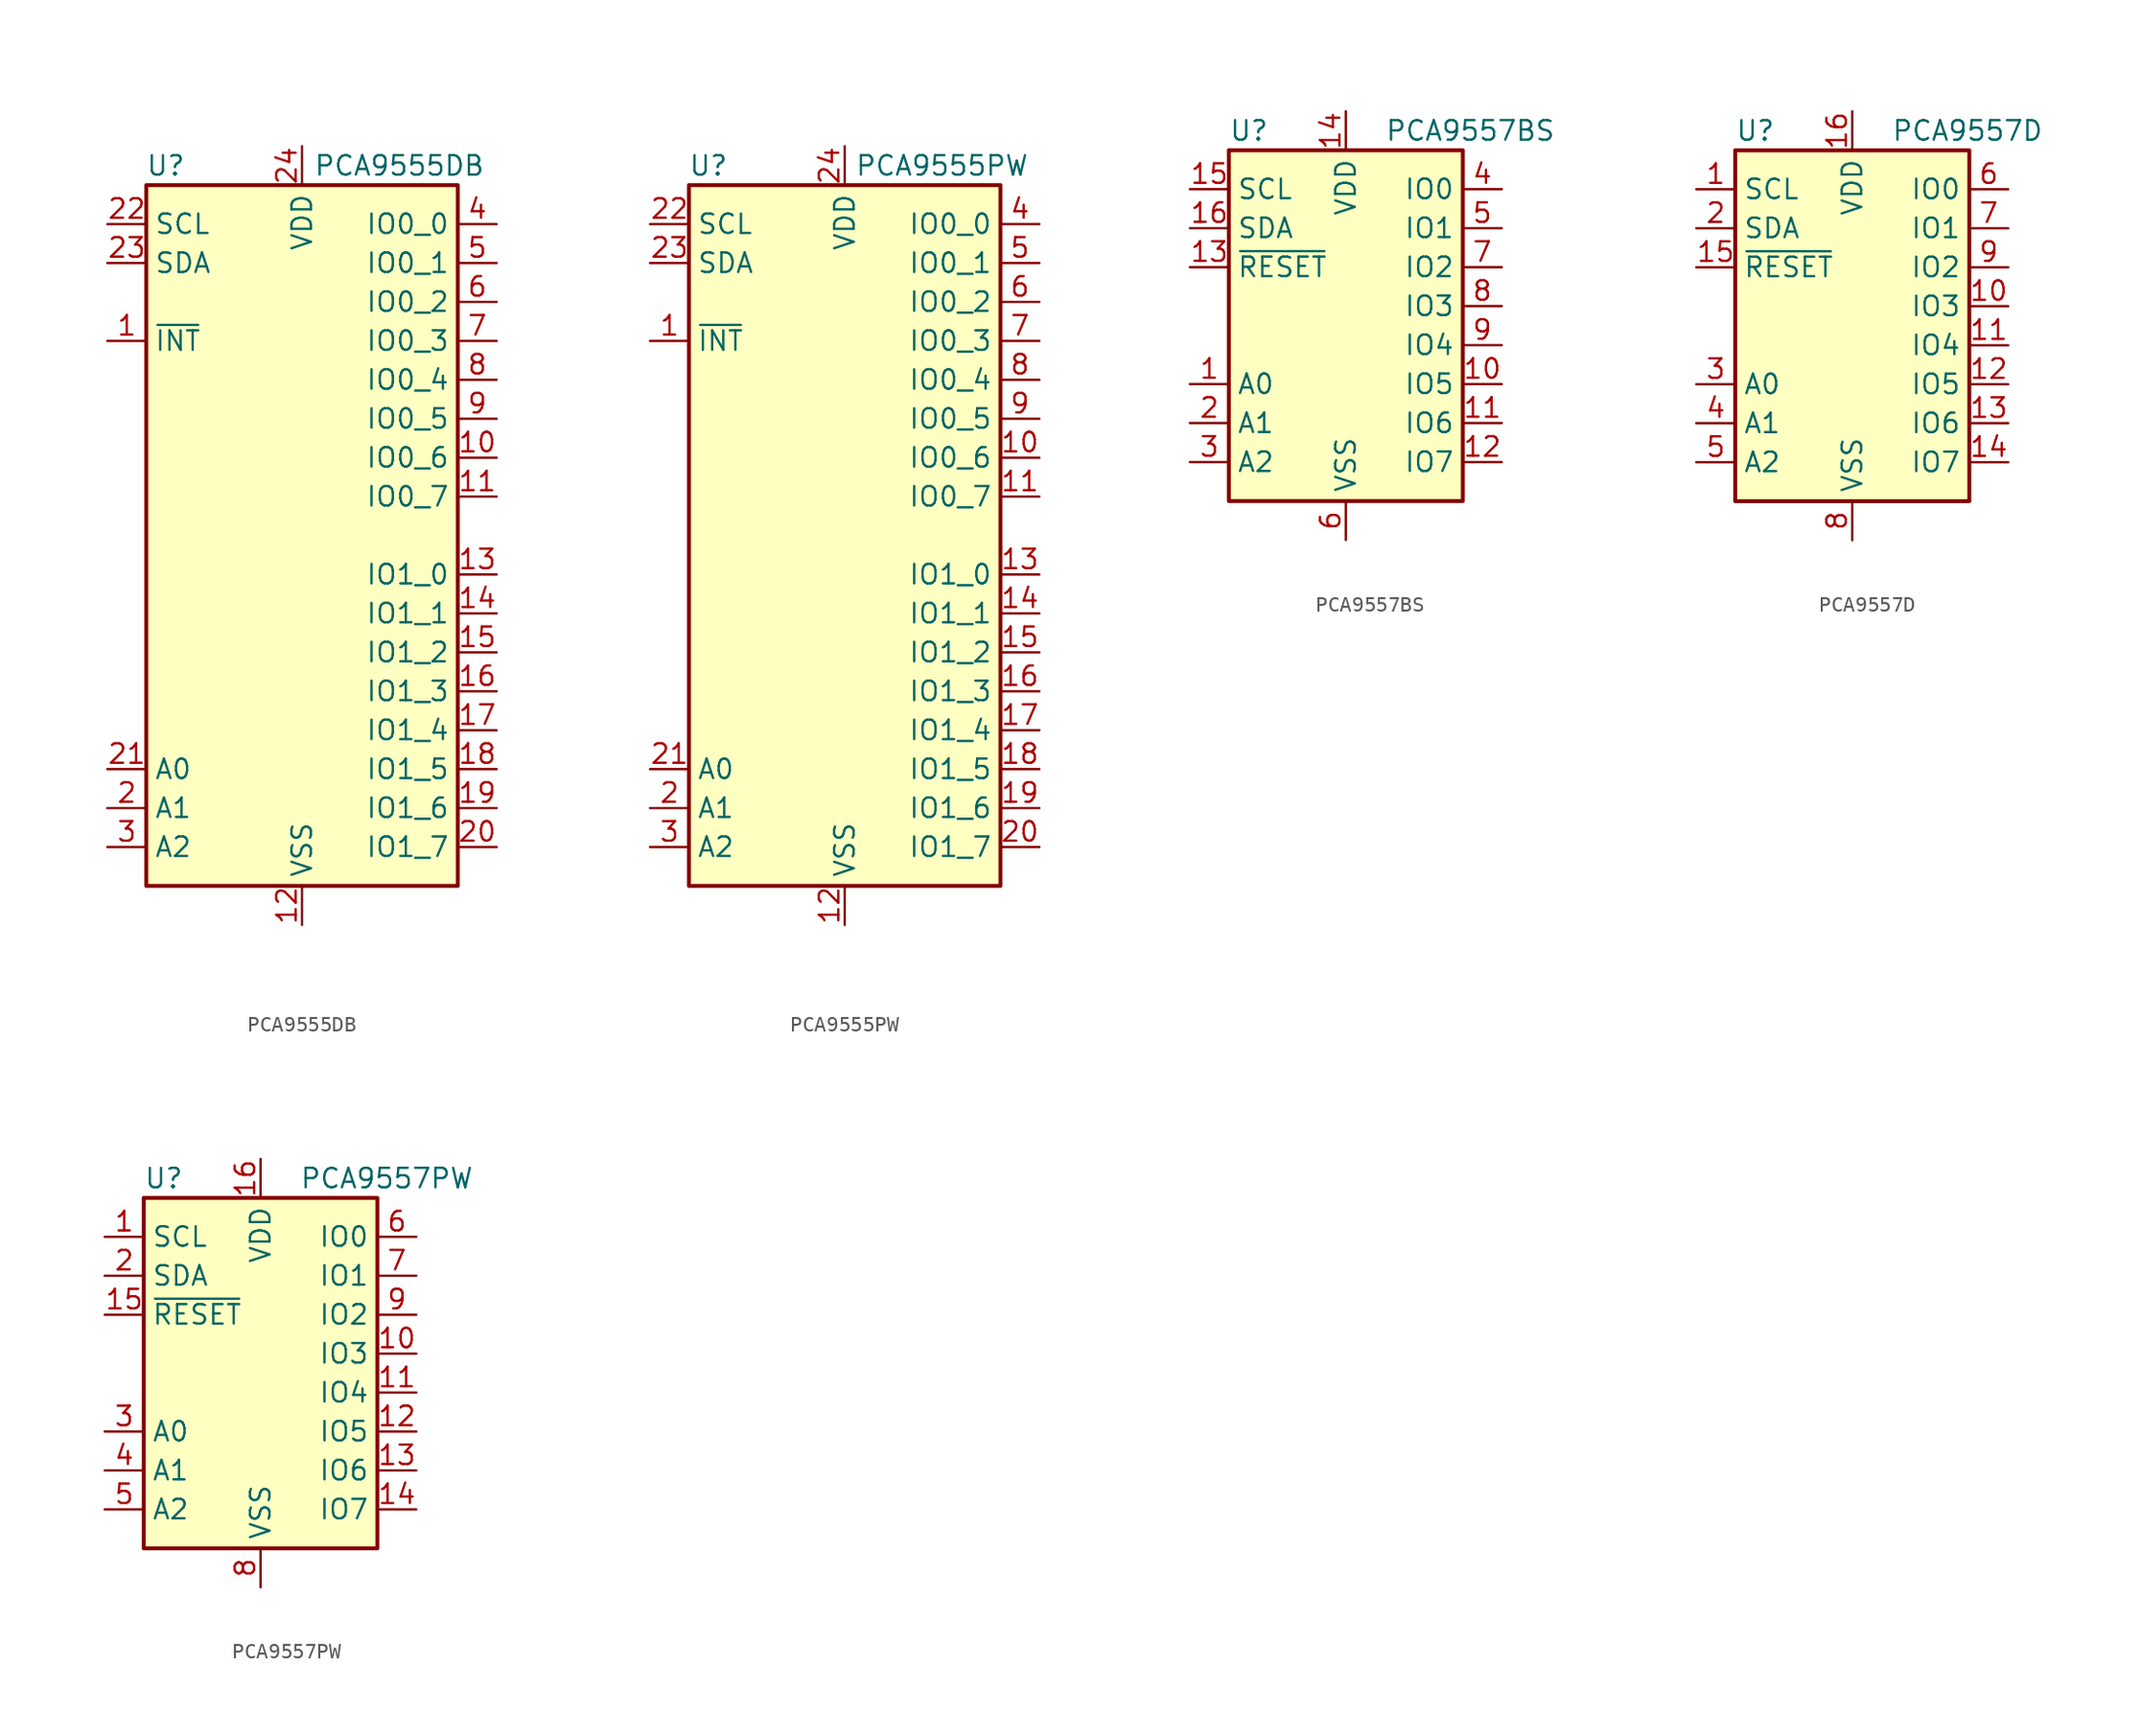
<source format=kicad_sym>
(kicad_symbol_lib
  (version 20201005)
  (generator kicad_symbol_editor)
  (symbol "PCA9555DB"
    (property "Reference" "U"
      (at -8.89 24.13 0)
      (effects (font (size 1.27 1.27))))
    (property "Value" "PCA9555DB"
      (at 6.35 24.13 0)
      (effects (font (size 1.27 1.27))))
    (symbol "PCA9555DB_0_1"
      (rectangle (start -10.16 22.86) (end 10.16 -22.86) (stroke (width 0.254)) (fill (type background))))
    (symbol "PCA9555DB_1_1"
      (pin open_collector line (at -12.7 12.7 0) (length 2.54) (name "~INT" (effects (font (size 1.27 1.27)))) (number "1" (effects (font (size 1.27 1.27)))))
      (pin bidirectional line (at 12.7 5.08 180) (length 2.54) (name "IO0_6" (effects (font (size 1.27 1.27)))) (number "10" (effects (font (size 1.27 1.27)))))
      (pin bidirectional line (at 12.7 2.54 180) (length 2.54) (name "IO0_7" (effects (font (size 1.27 1.27)))) (number "11" (effects (font (size 1.27 1.27)))))
      (pin power_in line (at 0 -25.4 90) (length 2.54) (name "VSS" (effects (font (size 1.27 1.27)))) (number "12" (effects (font (size 1.27 1.27)))))
      (pin bidirectional line (at 12.7 -2.54 180) (length 2.54) (name "IO1_0" (effects (font (size 1.27 1.27)))) (number "13" (effects (font (size 1.27 1.27)))))
      (pin bidirectional line (at 12.7 -5.08 180) (length 2.54) (name "IO1_1" (effects (font (size 1.27 1.27)))) (number "14" (effects (font (size 1.27 1.27)))))
      (pin bidirectional line (at 12.7 -7.62 180) (length 2.54) (name "IO1_2" (effects (font (size 1.27 1.27)))) (number "15" (effects (font (size 1.27 1.27)))))
      (pin bidirectional line (at 12.7 -10.16 180) (length 2.54) (name "IO1_3" (effects (font (size 1.27 1.27)))) (number "16" (effects (font (size 1.27 1.27)))))
      (pin bidirectional line (at 12.7 -12.7 180) (length 2.54) (name "IO1_4" (effects (font (size 1.27 1.27)))) (number "17" (effects (font (size 1.27 1.27)))))
      (pin bidirectional line (at 12.7 -15.24 180) (length 2.54) (name "IO1_5" (effects (font (size 1.27 1.27)))) (number "18" (effects (font (size 1.27 1.27)))))
      (pin bidirectional line (at 12.7 -17.78 180) (length 2.54) (name "IO1_6" (effects (font (size 1.27 1.27)))) (number "19" (effects (font (size 1.27 1.27)))))
      (pin input line (at -12.7 -17.78 0) (length 2.54) (name "A1" (effects (font (size 1.27 1.27)))) (number "2" (effects (font (size 1.27 1.27)))))
      (pin bidirectional line (at 12.7 -20.32 180) (length 2.54) (name "IO1_7" (effects (font (size 1.27 1.27)))) (number "20" (effects (font (size 1.27 1.27)))))
      (pin input line (at -12.7 -15.24 0) (length 2.54) (name "A0" (effects (font (size 1.27 1.27)))) (number "21" (effects (font (size 1.27 1.27)))))
      (pin input line (at -12.7 20.32 0) (length 2.54) (name "SCL" (effects (font (size 1.27 1.27)))) (number "22" (effects (font (size 1.27 1.27)))))
      (pin bidirectional line (at -12.7 17.78 0) (length 2.54) (name "SDA" (effects (font (size 1.27 1.27)))) (number "23" (effects (font (size 1.27 1.27)))))
      (pin power_in line (at 0 25.4 270) (length 2.54) (name "VDD" (effects (font (size 1.27 1.27)))) (number "24" (effects (font (size 1.27 1.27)))))
      (pin input line (at -12.7 -20.32 0) (length 2.54) (name "A2" (effects (font (size 1.27 1.27)))) (number "3" (effects (font (size 1.27 1.27)))))
      (pin bidirectional line (at 12.7 20.32 180) (length 2.54) (name "IO0_0" (effects (font (size 1.27 1.27)))) (number "4" (effects (font (size 1.27 1.27)))))
      (pin bidirectional line (at 12.7 17.78 180) (length 2.54) (name "IO0_1" (effects (font (size 1.27 1.27)))) (number "5" (effects (font (size 1.27 1.27)))))
      (pin bidirectional line (at 12.7 15.24 180) (length 2.54) (name "IO0_2" (effects (font (size 1.27 1.27)))) (number "6" (effects (font (size 1.27 1.27)))))
      (pin bidirectional line (at 12.7 12.7 180) (length 2.54) (name "IO0_3" (effects (font (size 1.27 1.27)))) (number "7" (effects (font (size 1.27 1.27)))))
      (pin bidirectional line (at 12.7 10.16 180) (length 2.54) (name "IO0_4" (effects (font (size 1.27 1.27)))) (number "8" (effects (font (size 1.27 1.27)))))
      (pin bidirectional line (at 12.7 7.62 180) (length 2.54) (name "IO0_5" (effects (font (size 1.27 1.27)))) (number "9" (effects (font (size 1.27 1.27)))))))
  (symbol "PCA9555PW"
    (property "Reference" "U"
      (at -8.89 24.13 0)
      (effects (font (size 1.27 1.27))))
    (property "Value" "PCA9555PW"
      (at 6.35 24.13 0)
      (effects (font (size 1.27 1.27))))
    (symbol "PCA9555PW_0_1"
      (rectangle (start -10.16 22.86) (end 10.16 -22.86) (stroke (width 0.254)) (fill (type background))))
    (symbol "PCA9555PW_1_1"
      (pin open_collector line (at -12.7 12.7 0) (length 2.54) (name "~INT" (effects (font (size 1.27 1.27)))) (number "1" (effects (font (size 1.27 1.27)))))
      (pin bidirectional line (at 12.7 5.08 180) (length 2.54) (name "IO0_6" (effects (font (size 1.27 1.27)))) (number "10" (effects (font (size 1.27 1.27)))))
      (pin bidirectional line (at 12.7 2.54 180) (length 2.54) (name "IO0_7" (effects (font (size 1.27 1.27)))) (number "11" (effects (font (size 1.27 1.27)))))
      (pin power_in line (at 0 -25.4 90) (length 2.54) (name "VSS" (effects (font (size 1.27 1.27)))) (number "12" (effects (font (size 1.27 1.27)))))
      (pin bidirectional line (at 12.7 -2.54 180) (length 2.54) (name "IO1_0" (effects (font (size 1.27 1.27)))) (number "13" (effects (font (size 1.27 1.27)))))
      (pin bidirectional line (at 12.7 -5.08 180) (length 2.54) (name "IO1_1" (effects (font (size 1.27 1.27)))) (number "14" (effects (font (size 1.27 1.27)))))
      (pin bidirectional line (at 12.7 -7.62 180) (length 2.54) (name "IO1_2" (effects (font (size 1.27 1.27)))) (number "15" (effects (font (size 1.27 1.27)))))
      (pin bidirectional line (at 12.7 -10.16 180) (length 2.54) (name "IO1_3" (effects (font (size 1.27 1.27)))) (number "16" (effects (font (size 1.27 1.27)))))
      (pin bidirectional line (at 12.7 -12.7 180) (length 2.54) (name "IO1_4" (effects (font (size 1.27 1.27)))) (number "17" (effects (font (size 1.27 1.27)))))
      (pin bidirectional line (at 12.7 -15.24 180) (length 2.54) (name "IO1_5" (effects (font (size 1.27 1.27)))) (number "18" (effects (font (size 1.27 1.27)))))
      (pin bidirectional line (at 12.7 -17.78 180) (length 2.54) (name "IO1_6" (effects (font (size 1.27 1.27)))) (number "19" (effects (font (size 1.27 1.27)))))
      (pin input line (at -12.7 -17.78 0) (length 2.54) (name "A1" (effects (font (size 1.27 1.27)))) (number "2" (effects (font (size 1.27 1.27)))))
      (pin bidirectional line (at 12.7 -20.32 180) (length 2.54) (name "IO1_7" (effects (font (size 1.27 1.27)))) (number "20" (effects (font (size 1.27 1.27)))))
      (pin input line (at -12.7 -15.24 0) (length 2.54) (name "A0" (effects (font (size 1.27 1.27)))) (number "21" (effects (font (size 1.27 1.27)))))
      (pin input line (at -12.7 20.32 0) (length 2.54) (name "SCL" (effects (font (size 1.27 1.27)))) (number "22" (effects (font (size 1.27 1.27)))))
      (pin bidirectional line (at -12.7 17.78 0) (length 2.54) (name "SDA" (effects (font (size 1.27 1.27)))) (number "23" (effects (font (size 1.27 1.27)))))
      (pin power_in line (at 0 25.4 270) (length 2.54) (name "VDD" (effects (font (size 1.27 1.27)))) (number "24" (effects (font (size 1.27 1.27)))))
      (pin input line (at -12.7 -20.32 0) (length 2.54) (name "A2" (effects (font (size 1.27 1.27)))) (number "3" (effects (font (size 1.27 1.27)))))
      (pin bidirectional line (at 12.7 20.32 180) (length 2.54) (name "IO0_0" (effects (font (size 1.27 1.27)))) (number "4" (effects (font (size 1.27 1.27)))))
      (pin bidirectional line (at 12.7 17.78 180) (length 2.54) (name "IO0_1" (effects (font (size 1.27 1.27)))) (number "5" (effects (font (size 1.27 1.27)))))
      (pin bidirectional line (at 12.7 15.24 180) (length 2.54) (name "IO0_2" (effects (font (size 1.27 1.27)))) (number "6" (effects (font (size 1.27 1.27)))))
      (pin bidirectional line (at 12.7 12.7 180) (length 2.54) (name "IO0_3" (effects (font (size 1.27 1.27)))) (number "7" (effects (font (size 1.27 1.27)))))
      (pin bidirectional line (at 12.7 10.16 180) (length 2.54) (name "IO0_4" (effects (font (size 1.27 1.27)))) (number "8" (effects (font (size 1.27 1.27)))))
      (pin bidirectional line (at 12.7 7.62 180) (length 2.54) (name "IO0_5" (effects (font (size 1.27 1.27)))) (number "9" (effects (font (size 1.27 1.27)))))))
  (symbol "PCA9557BS"
    (property "Reference" "U"
      (at -7.62 11.43 0)
      (effects (font (size 1.27 1.27)) (justify left)))
    (property "Value" "PCA9557BS"
      (at 2.54 11.43 0)
      (effects (font (size 1.27 1.27)) (justify left)))
    (symbol "PCA9557BS_0_1"
      (rectangle (start -7.62 -12.7) (end 7.62 10.16) (stroke (width 0.254)) (fill (type background))))
    (symbol "PCA9557BS_1_1"
      (pin input line (at -10.16 -5.08 0) (length 2.54) (name "A0" (effects (font (size 1.27 1.27)))) (number "1" (effects (font (size 1.27 1.27)))))
      (pin bidirectional line (at 10.16 -5.08 180) (length 2.54) (name "IO5" (effects (font (size 1.27 1.27)))) (number "10" (effects (font (size 1.27 1.27)))))
      (pin bidirectional line (at 10.16 -7.62 180) (length 2.54) (name "IO6" (effects (font (size 1.27 1.27)))) (number "11" (effects (font (size 1.27 1.27)))))
      (pin bidirectional line (at 10.16 -10.16 180) (length 2.54) (name "IO7" (effects (font (size 1.27 1.27)))) (number "12" (effects (font (size 1.27 1.27)))))
      (pin input line (at -10.16 2.54 0) (length 2.54) (name "~RESET~" (effects (font (size 1.27 1.27)))) (number "13" (effects (font (size 1.27 1.27)))))
      (pin power_in line (at 0 12.7 270) (length 2.54) (name "VDD" (effects (font (size 1.27 1.27)))) (number "14" (effects (font (size 1.27 1.27)))))
      (pin input line (at -10.16 7.62 0) (length 2.54) (name "SCL" (effects (font (size 1.27 1.27)))) (number "15" (effects (font (size 1.27 1.27)))))
      (pin bidirectional line (at -10.16 5.08 0) (length 2.54) (name "SDA" (effects (font (size 1.27 1.27)))) (number "16" (effects (font (size 1.27 1.27)))))
      (pin input line (at -10.16 -7.62 0) (length 2.54) (name "A1" (effects (font (size 1.27 1.27)))) (number "2" (effects (font (size 1.27 1.27)))))
      (pin input line (at -10.16 -10.16 0) (length 2.54) (name "A2" (effects (font (size 1.27 1.27)))) (number "3" (effects (font (size 1.27 1.27)))))
      (pin bidirectional line (at 10.16 7.62 180) (length 2.54) (name "IO0" (effects (font (size 1.27 1.27)))) (number "4" (effects (font (size 1.27 1.27)))))
      (pin bidirectional line (at 10.16 5.08 180) (length 2.54) (name "IO1" (effects (font (size 1.27 1.27)))) (number "5" (effects (font (size 1.27 1.27)))))
      (pin power_in line (at 0 -15.24 90) (length 2.54) (name "VSS" (effects (font (size 1.27 1.27)))) (number "6" (effects (font (size 1.27 1.27)))))
      (pin bidirectional line (at 10.16 2.54 180) (length 2.54) (name "IO2" (effects (font (size 1.27 1.27)))) (number "7" (effects (font (size 1.27 1.27)))))
      (pin bidirectional line (at 10.16 0 180) (length 2.54) (name "IO3" (effects (font (size 1.27 1.27)))) (number "8" (effects (font (size 1.27 1.27)))))
      (pin bidirectional line (at 10.16 -2.54 180) (length 2.54) (name "IO4" (effects (font (size 1.27 1.27)))) (number "9" (effects (font (size 1.27 1.27)))))))
  (symbol "PCA9557D"
    (property "Reference" "U"
      (at -7.62 11.43 0)
      (effects (font (size 1.27 1.27)) (justify left)))
    (property "Value" "PCA9557D"
      (at 2.54 11.43 0)
      (effects (font (size 1.27 1.27)) (justify left)))
    (symbol "PCA9557D_0_1"
      (rectangle (start -7.62 -12.7) (end 7.62 10.16) (stroke (width 0.254)) (fill (type background))))
    (symbol "PCA9557D_1_1"
      (pin input line (at -10.16 7.62 0) (length 2.54) (name "SCL" (effects (font (size 1.27 1.27)))) (number "1" (effects (font (size 1.27 1.27)))))
      (pin bidirectional line (at 10.16 0 180) (length 2.54) (name "IO3" (effects (font (size 1.27 1.27)))) (number "10" (effects (font (size 1.27 1.27)))))
      (pin bidirectional line (at 10.16 -2.54 180) (length 2.54) (name "IO4" (effects (font (size 1.27 1.27)))) (number "11" (effects (font (size 1.27 1.27)))))
      (pin bidirectional line (at 10.16 -5.08 180) (length 2.54) (name "IO5" (effects (font (size 1.27 1.27)))) (number "12" (effects (font (size 1.27 1.27)))))
      (pin bidirectional line (at 10.16 -7.62 180) (length 2.54) (name "IO6" (effects (font (size 1.27 1.27)))) (number "13" (effects (font (size 1.27 1.27)))))
      (pin bidirectional line (at 10.16 -10.16 180) (length 2.54) (name "IO7" (effects (font (size 1.27 1.27)))) (number "14" (effects (font (size 1.27 1.27)))))
      (pin input line (at -10.16 2.54 0) (length 2.54) (name "~RESET~" (effects (font (size 1.27 1.27)))) (number "15" (effects (font (size 1.27 1.27)))))
      (pin power_in line (at 0 12.7 270) (length 2.54) (name "VDD" (effects (font (size 1.27 1.27)))) (number "16" (effects (font (size 1.27 1.27)))))
      (pin bidirectional line (at -10.16 5.08 0) (length 2.54) (name "SDA" (effects (font (size 1.27 1.27)))) (number "2" (effects (font (size 1.27 1.27)))))
      (pin input line (at -10.16 -5.08 0) (length 2.54) (name "A0" (effects (font (size 1.27 1.27)))) (number "3" (effects (font (size 1.27 1.27)))))
      (pin input line (at -10.16 -7.62 0) (length 2.54) (name "A1" (effects (font (size 1.27 1.27)))) (number "4" (effects (font (size 1.27 1.27)))))
      (pin input line (at -10.16 -10.16 0) (length 2.54) (name "A2" (effects (font (size 1.27 1.27)))) (number "5" (effects (font (size 1.27 1.27)))))
      (pin bidirectional line (at 10.16 7.62 180) (length 2.54) (name "IO0" (effects (font (size 1.27 1.27)))) (number "6" (effects (font (size 1.27 1.27)))))
      (pin bidirectional line (at 10.16 5.08 180) (length 2.54) (name "IO1" (effects (font (size 1.27 1.27)))) (number "7" (effects (font (size 1.27 1.27)))))
      (pin power_in line (at 0 -15.24 90) (length 2.54) (name "VSS" (effects (font (size 1.27 1.27)))) (number "8" (effects (font (size 1.27 1.27)))))
      (pin bidirectional line (at 10.16 2.54 180) (length 2.54) (name "IO2" (effects (font (size 1.27 1.27)))) (number "9" (effects (font (size 1.27 1.27)))))))
  (symbol "PCA9557PW"
    (property "Reference" "U"
      (at -7.62 11.43 0)
      (effects (font (size 1.27 1.27)) (justify left)))
    (property "Value" "PCA9557PW"
      (at 2.54 11.43 0)
      (effects (font (size 1.27 1.27)) (justify left)))
    (symbol "PCA9557PW_0_1"
      (rectangle (start -7.62 -12.7) (end 7.62 10.16) (stroke (width 0.254)) (fill (type background))))
    (symbol "PCA9557PW_1_1"
      (pin input line (at -10.16 7.62 0) (length 2.54) (name "SCL" (effects (font (size 1.27 1.27)))) (number "1" (effects (font (size 1.27 1.27)))))
      (pin bidirectional line (at 10.16 0 180) (length 2.54) (name "IO3" (effects (font (size 1.27 1.27)))) (number "10" (effects (font (size 1.27 1.27)))))
      (pin bidirectional line (at 10.16 -2.54 180) (length 2.54) (name "IO4" (effects (font (size 1.27 1.27)))) (number "11" (effects (font (size 1.27 1.27)))))
      (pin bidirectional line (at 10.16 -5.08 180) (length 2.54) (name "IO5" (effects (font (size 1.27 1.27)))) (number "12" (effects (font (size 1.27 1.27)))))
      (pin bidirectional line (at 10.16 -7.62 180) (length 2.54) (name "IO6" (effects (font (size 1.27 1.27)))) (number "13" (effects (font (size 1.27 1.27)))))
      (pin bidirectional line (at 10.16 -10.16 180) (length 2.54) (name "IO7" (effects (font (size 1.27 1.27)))) (number "14" (effects (font (size 1.27 1.27)))))
      (pin input line (at -10.16 2.54 0) (length 2.54) (name "~RESET~" (effects (font (size 1.27 1.27)))) (number "15" (effects (font (size 1.27 1.27)))))
      (pin power_in line (at 0 12.7 270) (length 2.54) (name "VDD" (effects (font (size 1.27 1.27)))) (number "16" (effects (font (size 1.27 1.27)))))
      (pin bidirectional line (at -10.16 5.08 0) (length 2.54) (name "SDA" (effects (font (size 1.27 1.27)))) (number "2" (effects (font (size 1.27 1.27)))))
      (pin input line (at -10.16 -5.08 0) (length 2.54) (name "A0" (effects (font (size 1.27 1.27)))) (number "3" (effects (font (size 1.27 1.27)))))
      (pin input line (at -10.16 -7.62 0) (length 2.54) (name "A1" (effects (font (size 1.27 1.27)))) (number "4" (effects (font (size 1.27 1.27)))))
      (pin input line (at -10.16 -10.16 0) (length 2.54) (name "A2" (effects (font (size 1.27 1.27)))) (number "5" (effects (font (size 1.27 1.27)))))
      (pin bidirectional line (at 10.16 7.62 180) (length 2.54) (name "IO0" (effects (font (size 1.27 1.27)))) (number "6" (effects (font (size 1.27 1.27)))))
      (pin bidirectional line (at 10.16 5.08 180) (length 2.54) (name "IO1" (effects (font (size 1.27 1.27)))) (number "7" (effects (font (size 1.27 1.27)))))
      (pin power_in line (at 0 -15.24 90) (length 2.54) (name "VSS" (effects (font (size 1.27 1.27)))) (number "8" (effects (font (size 1.27 1.27)))))
      (pin bidirectional line (at 10.16 2.54 180) (length 2.54) (name "IO2" (effects (font (size 1.27 1.27)))) (number "9" (effects (font (size 1.27 1.27))))))))
</source>
